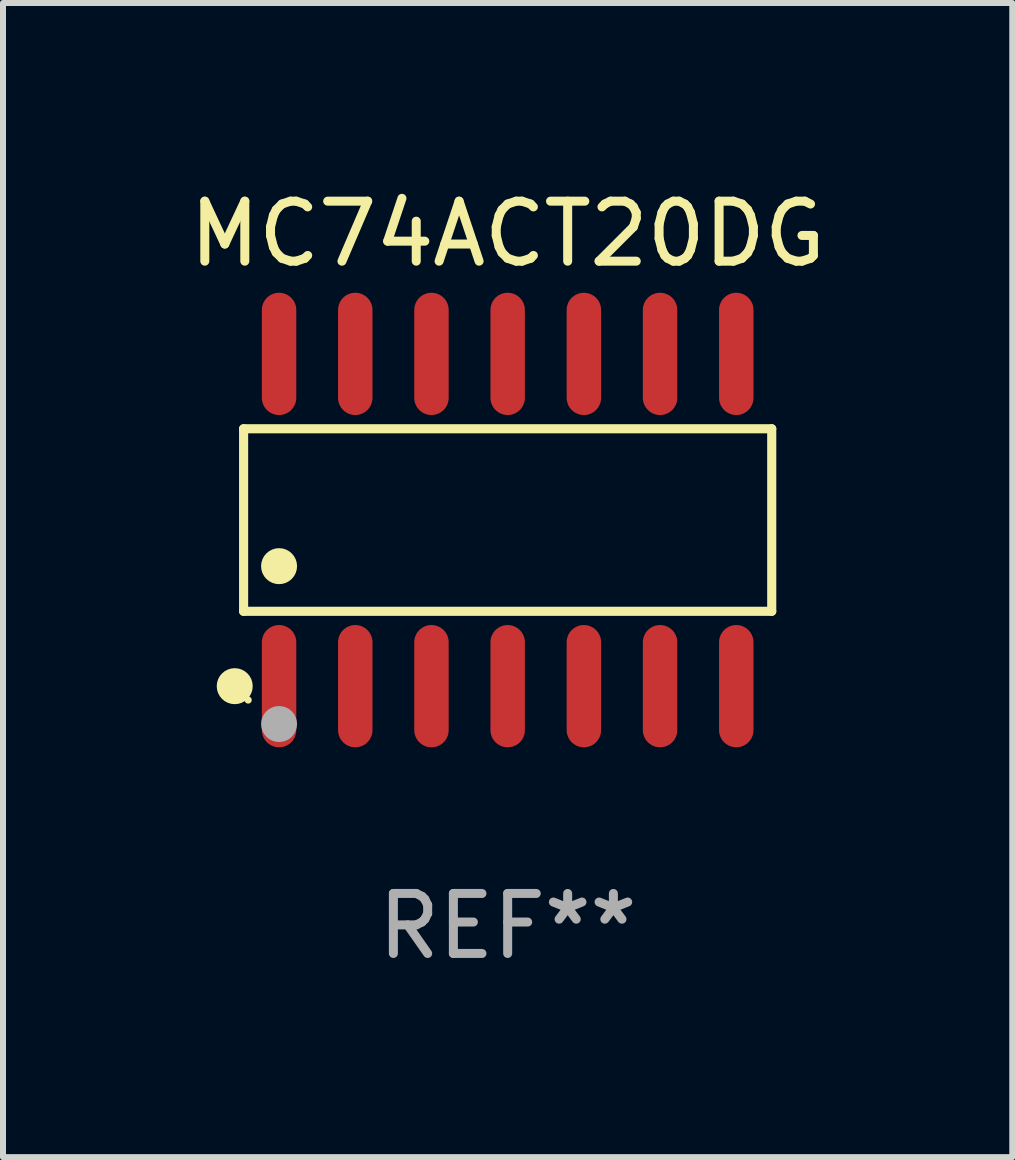
<source format=kicad_pcb>
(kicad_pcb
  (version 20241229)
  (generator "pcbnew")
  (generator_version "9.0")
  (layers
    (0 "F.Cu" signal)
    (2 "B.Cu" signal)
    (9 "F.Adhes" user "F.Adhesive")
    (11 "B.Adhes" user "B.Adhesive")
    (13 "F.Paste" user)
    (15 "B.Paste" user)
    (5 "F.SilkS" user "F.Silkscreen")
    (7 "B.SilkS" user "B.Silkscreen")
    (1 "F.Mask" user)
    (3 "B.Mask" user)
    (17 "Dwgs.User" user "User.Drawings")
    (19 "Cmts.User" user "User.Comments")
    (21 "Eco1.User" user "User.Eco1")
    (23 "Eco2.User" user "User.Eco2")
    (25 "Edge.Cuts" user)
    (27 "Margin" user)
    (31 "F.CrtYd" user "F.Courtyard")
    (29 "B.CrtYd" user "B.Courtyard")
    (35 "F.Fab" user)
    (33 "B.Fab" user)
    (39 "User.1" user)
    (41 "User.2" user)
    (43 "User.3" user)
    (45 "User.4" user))
  (footprint "MC74ACT20DG"
    (layer "F.Cu")
    (at 5.411 5.617)
    (property "Reference" "MC74ACT20DG" (at 0 -4.769 0) (layer "F.SilkS") (effects (font (size 1 1) (thickness 0.15))))
    (attr through_hole)
    (fp_line (start -4.401 -1.521) (end 4.401 -1.521) (stroke (width 0.152) (type solid)) (layer "F.SilkS"))
    (fp_line (start -4.401 1.521) (end -4.401 -1.521) (stroke (width 0.152) (type solid)) (layer "F.SilkS"))
    (fp_line (start 4.401 -1.521) (end 4.401 1.521) (stroke (width 0.152) (type solid)) (layer "F.SilkS"))
    (fp_line (start 4.401 1.521) (end -4.401 1.521) (stroke (width 0.152) (type solid)) (layer "F.SilkS"))
    (fp_circle (center -4.549 2.769) (end -4.399 2.769) (stroke (width 0.3) (type solid)) (fill no) (layer "F.SilkS"))
    (fp_circle (center -4.325 3) (end -4.295 3) (stroke (width 0.06) (type solid)) (fill no) (layer "F.SilkS"))
    (fp_circle (center -3.81 0.769) (end -3.66 0.769) (stroke (width 0.3) (type solid)) (fill no) (layer "F.SilkS"))
    (fp_circle (center -3.81 3.4) (end -3.66 3.4) (stroke (width 0.3) (type solid)) (fill no) (layer "F.Fab"))
    (fp_text user "REF**" (at 0 6.769 0) (layer "F.Fab") (effects (font (size 1 1) (thickness 0.15))))
    (pad "1" smd oval (at -3.81 2.769) (size 0.574 2.038) (layers "F.Cu" "F.Mask" "F.Paste"))
    (pad "2" smd oval (at -2.54 2.769) (size 0.574 2.038) (layers "F.Cu" "F.Mask" "F.Paste"))
    (pad "3" smd oval (at -1.27 2.769) (size 0.574 2.038) (layers "F.Cu" "F.Mask" "F.Paste"))
    (pad "4" smd oval (at 0 2.769) (size 0.574 2.038) (layers "F.Cu" "F.Mask" "F.Paste"))
    (pad "5" smd oval (at 1.27 2.769) (size 0.574 2.038) (layers "F.Cu" "F.Mask" "F.Paste"))
    (pad "6" smd oval (at 2.54 2.769) (size 0.574 2.038) (layers "F.Cu" "F.Mask" "F.Paste"))
    (pad "7" smd oval (at 3.81 2.769) (size 0.574 2.038) (layers "F.Cu" "F.Mask" "F.Paste"))
    (pad "8" smd oval (at 3.81 -2.769) (size 0.574 2.038) (layers "F.Cu" "F.Mask" "F.Paste"))
    (pad "9" smd oval (at 2.54 -2.769) (size 0.574 2.038) (layers "F.Cu" "F.Mask" "F.Paste"))
    (pad "10" smd oval (at 1.27 -2.769) (size 0.574 2.038) (layers "F.Cu" "F.Mask" "F.Paste"))
    (pad "11" smd oval (at 0 -2.769) (size 0.574 2.038) (layers "F.Cu" "F.Mask" "F.Paste"))
    (pad "12" smd oval (at -1.27 -2.769) (size 0.574 2.038) (layers "F.Cu" "F.Mask" "F.Paste"))
    (pad "13" smd oval (at -2.54 -2.769) (size 0.574 2.038) (layers "F.Cu" "F.Mask" "F.Paste"))
    (pad "14" smd oval (at -3.81 -2.769) (size 0.574 2.038) (layers "F.Cu" "F.Mask" "F.Paste")))
  (gr_rect
    (start -3 -3)
    (end 13.821 16.235)
    (stroke (width 0.1) (type default))
    (fill no)
    (layer "Edge.Cuts")))
</source>
